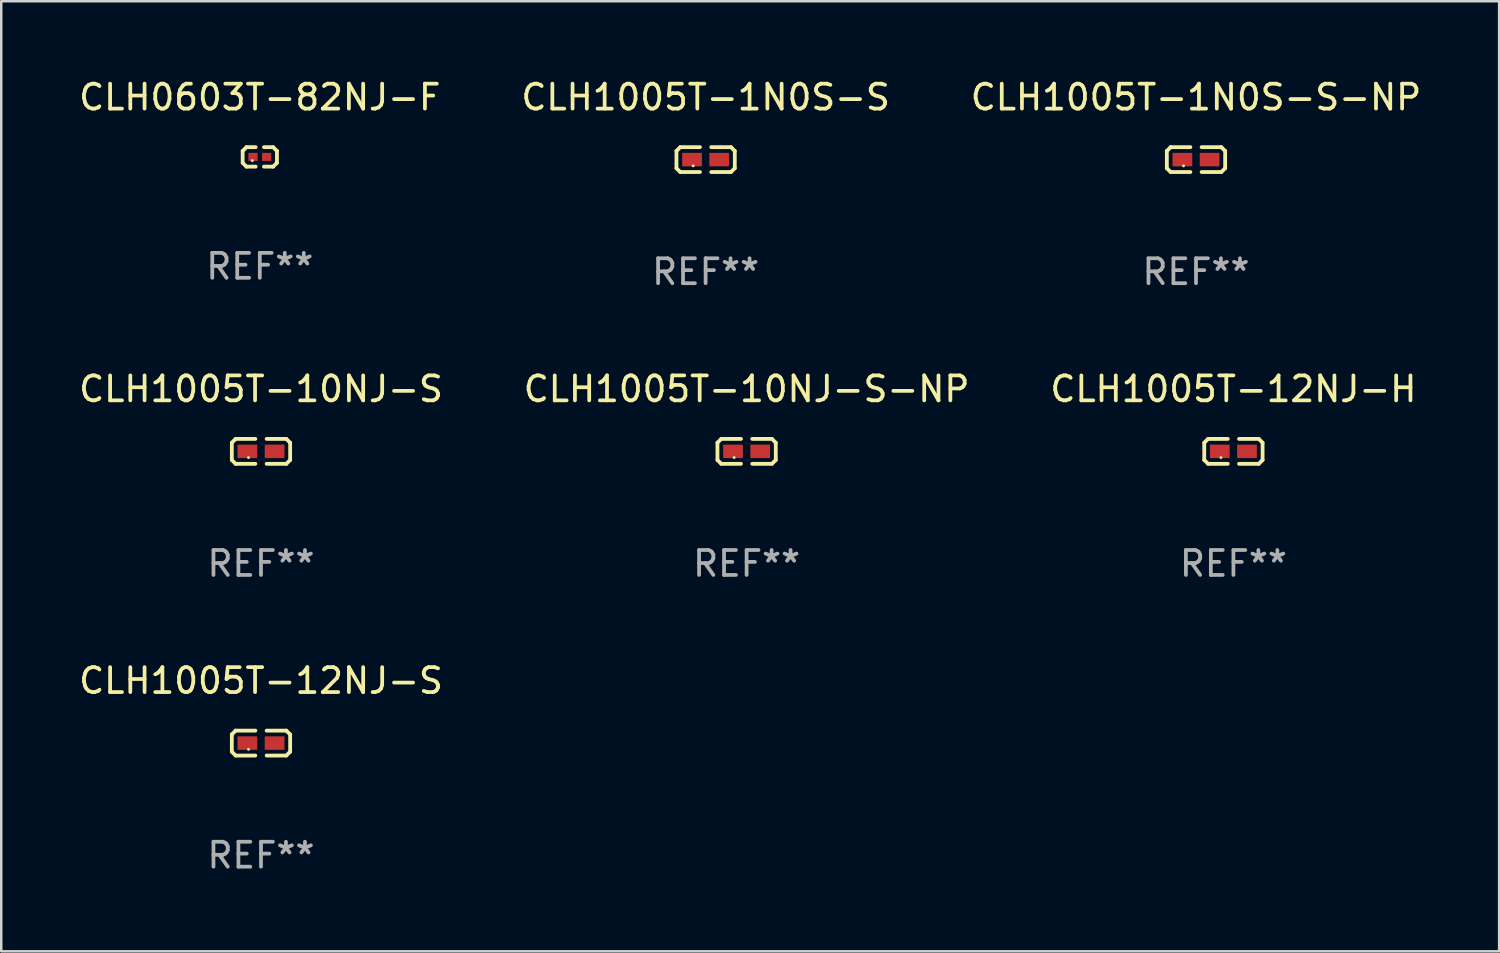
<source format=kicad_pcb>
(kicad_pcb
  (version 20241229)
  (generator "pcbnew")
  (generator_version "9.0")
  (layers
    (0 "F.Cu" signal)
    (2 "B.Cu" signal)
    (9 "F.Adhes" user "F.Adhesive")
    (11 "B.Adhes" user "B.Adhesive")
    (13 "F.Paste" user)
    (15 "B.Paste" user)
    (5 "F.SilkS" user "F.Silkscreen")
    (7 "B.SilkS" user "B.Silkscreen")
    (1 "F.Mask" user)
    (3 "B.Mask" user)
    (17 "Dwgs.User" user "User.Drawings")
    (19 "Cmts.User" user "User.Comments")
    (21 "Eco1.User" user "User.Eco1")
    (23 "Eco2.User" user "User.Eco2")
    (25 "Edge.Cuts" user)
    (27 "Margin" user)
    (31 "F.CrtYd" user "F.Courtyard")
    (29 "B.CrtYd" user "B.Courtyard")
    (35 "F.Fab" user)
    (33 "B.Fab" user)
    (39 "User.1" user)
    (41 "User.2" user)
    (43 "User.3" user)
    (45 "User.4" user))
  (footprint "CLH1005T-1N0S-S"
    (layer "F.Cu")
    (at 25.232 3.347)
    (property "Reference" "CLH1005T-1N0S-S" (at 0 -2.499 0) (layer "F.SilkS") (effects (font (size 1 1) (thickness 0.15))))
    (attr through_hole)
    (fp_line (start -1.169 -0.346) (end -1.016 -0.499) (stroke (width 0.152) (type solid)) (layer "F.SilkS"))
    (fp_line (start -1.169 0.346) (end -1.169 -0.346) (stroke (width 0.152) (type solid)) (layer "F.SilkS"))
    (fp_line (start -1.016 -0.499) (end -0.226 -0.499) (stroke (width 0.152) (type solid)) (layer "F.SilkS"))
    (fp_line (start -1.016 0.499) (end -1.169 0.346) (stroke (width 0.152) (type solid)) (layer "F.SilkS"))
    (fp_line (start -0.226 0.499) (end -1.016 0.499) (stroke (width 0.152) (type solid)) (layer "F.SilkS"))
    (fp_line (start 0.226 0.499) (end 1.016 0.499) (stroke (width 0.152) (type solid)) (layer "F.SilkS"))
    (fp_line (start 1.016 -0.499) (end 0.226 -0.499) (stroke (width 0.152) (type solid)) (layer "F.SilkS"))
    (fp_line (start 1.016 0.499) (end 1.169 0.346) (stroke (width 0.152) (type solid)) (layer "F.SilkS"))
    (fp_line (start 1.169 -0.346) (end 1.016 -0.499) (stroke (width 0.152) (type solid)) (layer "F.SilkS"))
    (fp_line (start 1.169 0.346) (end 1.169 -0.346) (stroke (width 0.152) (type solid)) (layer "F.SilkS"))
    (fp_circle (center -0.5 0.25) (end -0.47 0.25) (stroke (width 0.06) (type solid)) (fill no) (layer "F.SilkS"))
    (fp_text user "REF**" (at 0 4.499 0) (layer "F.Fab") (effects (font (size 1 1) (thickness 0.15))))
    (pad "1" smd rect (at -0.545 0) (size 0.79 0.54) (layers "F.Cu" "F.Mask" "F.Paste"))
    (pad "2" smd rect (at 0.545 0) (size 0.79 0.54) (layers "F.Cu" "F.Mask" "F.Paste")))
  (footprint "CLH0603T-82NJ-F"
    (layer "F.Cu")
    (at 7.363 3.239)
    (property "Reference" "CLH0603T-82NJ-F" (at 0 -2.391 0) (layer "F.SilkS") (effects (font (size 1 1) (thickness 0.15))))
    (attr through_hole)
    (fp_line (start -0.687 -0.238) (end -0.535 -0.391) (stroke (width 0.152) (type solid)) (layer "F.SilkS"))
    (fp_line (start -0.687 0.238) (end -0.687 -0.238) (stroke (width 0.152) (type solid)) (layer "F.SilkS"))
    (fp_line (start -0.535 -0.391) (end -0.166 -0.391) (stroke (width 0.152) (type solid)) (layer "F.SilkS"))
    (fp_line (start -0.535 0.391) (end -0.687 0.238) (stroke (width 0.152) (type solid)) (layer "F.SilkS"))
    (fp_line (start -0.166 0.391) (end -0.535 0.391) (stroke (width 0.152) (type solid)) (layer "F.SilkS"))
    (fp_line (start 0.166 0.391) (end 0.535 0.391) (stroke (width 0.152) (type solid)) (layer "F.SilkS"))
    (fp_line (start 0.535 -0.391) (end 0.166 -0.391) (stroke (width 0.152) (type solid)) (layer "F.SilkS"))
    (fp_line (start 0.535 0.391) (end 0.687 0.238) (stroke (width 0.152) (type solid)) (layer "F.SilkS"))
    (fp_line (start 0.687 -0.238) (end 0.535 -0.391) (stroke (width 0.152) (type solid)) (layer "F.SilkS"))
    (fp_line (start 0.687 0.238) (end 0.687 -0.238) (stroke (width 0.152) (type solid)) (layer "F.SilkS"))
    (fp_circle (center -0.3 0.15) (end -0.27 0.15) (stroke (width 0.06) (type solid)) (fill no) (layer "F.SilkS"))
    (fp_text user "REF**" (at 0 4.391 0) (layer "F.Fab") (effects (font (size 1 1) (thickness 0.15))))
    (pad "1" smd rect (at -0.274 0) (size 0.368 0.324) (layers "F.Cu" "F.Mask" "F.Paste"))
    (pad "2" smd rect (at 0.274 0) (size 0.368 0.324) (layers "F.Cu" "F.Mask" "F.Paste")))
  (footprint "CLH1005T-10NJ-S"
    (layer "F.Cu")
    (at 7.411 15.041)
    (property "Reference" "CLH1005T-10NJ-S" (at 0 -2.499 0) (layer "F.SilkS") (effects (font (size 1 1) (thickness 0.15))))
    (attr through_hole)
    (fp_line (start -1.169 -0.346) (end -1.016 -0.499) (stroke (width 0.152) (type solid)) (layer "F.SilkS"))
    (fp_line (start -1.169 0.346) (end -1.169 -0.346) (stroke (width 0.152) (type solid)) (layer "F.SilkS"))
    (fp_line (start -1.016 -0.499) (end -0.226 -0.499) (stroke (width 0.152) (type solid)) (layer "F.SilkS"))
    (fp_line (start -1.016 0.499) (end -1.169 0.346) (stroke (width 0.152) (type solid)) (layer "F.SilkS"))
    (fp_line (start -0.226 0.499) (end -1.016 0.499) (stroke (width 0.152) (type solid)) (layer "F.SilkS"))
    (fp_line (start 0.226 0.499) (end 1.016 0.499) (stroke (width 0.152) (type solid)) (layer "F.SilkS"))
    (fp_line (start 1.016 -0.499) (end 0.226 -0.499) (stroke (width 0.152) (type solid)) (layer "F.SilkS"))
    (fp_line (start 1.016 0.499) (end 1.169 0.346) (stroke (width 0.152) (type solid)) (layer "F.SilkS"))
    (fp_line (start 1.169 -0.346) (end 1.016 -0.499) (stroke (width 0.152) (type solid)) (layer "F.SilkS"))
    (fp_line (start 1.169 0.346) (end 1.169 -0.346) (stroke (width 0.152) (type solid)) (layer "F.SilkS"))
    (fp_circle (center -0.5 0.25) (end -0.47 0.25) (stroke (width 0.06) (type solid)) (fill no) (layer "F.SilkS"))
    (fp_text user "REF**" (at 0 4.499 0) (layer "F.Fab") (effects (font (size 1 1) (thickness 0.15))))
    (pad "1" smd rect (at -0.545 0) (size 0.79 0.54) (layers "F.Cu" "F.Mask" "F.Paste"))
    (pad "2" smd rect (at 0.545 0) (size 0.79 0.54) (layers "F.Cu" "F.Mask" "F.Paste")))
  (footprint "CLH1005T-12NJ-H"
    (layer "F.Cu")
    (at 46.387 15.041)
    (property "Reference" "CLH1005T-12NJ-H" (at 0 -2.499 0) (layer "F.SilkS") (effects (font (size 1 1) (thickness 0.15))))
    (attr through_hole)
    (fp_line (start -1.169 -0.346) (end -1.016 -0.499) (stroke (width 0.152) (type solid)) (layer "F.SilkS"))
    (fp_line (start -1.169 0.346) (end -1.169 -0.346) (stroke (width 0.152) (type solid)) (layer "F.SilkS"))
    (fp_line (start -1.016 -0.499) (end -0.226 -0.499) (stroke (width 0.152) (type solid)) (layer "F.SilkS"))
    (fp_line (start -1.016 0.499) (end -1.169 0.346) (stroke (width 0.152) (type solid)) (layer "F.SilkS"))
    (fp_line (start -0.226 0.499) (end -1.016 0.499) (stroke (width 0.152) (type solid)) (layer "F.SilkS"))
    (fp_line (start 0.226 0.499) (end 1.016 0.499) (stroke (width 0.152) (type solid)) (layer "F.SilkS"))
    (fp_line (start 1.016 -0.499) (end 0.226 -0.499) (stroke (width 0.152) (type solid)) (layer "F.SilkS"))
    (fp_line (start 1.016 0.499) (end 1.169 0.346) (stroke (width 0.152) (type solid)) (layer "F.SilkS"))
    (fp_line (start 1.169 -0.346) (end 1.016 -0.499) (stroke (width 0.152) (type solid)) (layer "F.SilkS"))
    (fp_line (start 1.169 0.346) (end 1.169 -0.346) (stroke (width 0.152) (type solid)) (layer "F.SilkS"))
    (fp_circle (center -0.5 0.25) (end -0.47 0.25) (stroke (width 0.06) (type solid)) (fill no) (layer "F.SilkS"))
    (fp_text user "REF**" (at 0 4.499 0) (layer "F.Fab") (effects (font (size 1 1) (thickness 0.15))))
    (pad "1" smd rect (at -0.545 0) (size 0.79 0.54) (layers "F.Cu" "F.Mask" "F.Paste"))
    (pad "2" smd rect (at 0.545 0) (size 0.79 0.54) (layers "F.Cu" "F.Mask" "F.Paste")))
  (footprint "CLH1005T-12NJ-S"
    (layer "F.Cu")
    (at 7.411 26.734)
    (property "Reference" "CLH1005T-12NJ-S" (at 0 -2.499 0) (layer "F.SilkS") (effects (font (size 1 1) (thickness 0.15))))
    (attr through_hole)
    (fp_line (start -1.169 -0.346) (end -1.016 -0.499) (stroke (width 0.152) (type solid)) (layer "F.SilkS"))
    (fp_line (start -1.169 0.346) (end -1.169 -0.346) (stroke (width 0.152) (type solid)) (layer "F.SilkS"))
    (fp_line (start -1.016 -0.499) (end -0.226 -0.499) (stroke (width 0.152) (type solid)) (layer "F.SilkS"))
    (fp_line (start -1.016 0.499) (end -1.169 0.346) (stroke (width 0.152) (type solid)) (layer "F.SilkS"))
    (fp_line (start -0.226 0.499) (end -1.016 0.499) (stroke (width 0.152) (type solid)) (layer "F.SilkS"))
    (fp_line (start 0.226 0.499) (end 1.016 0.499) (stroke (width 0.152) (type solid)) (layer "F.SilkS"))
    (fp_line (start 1.016 -0.499) (end 0.226 -0.499) (stroke (width 0.152) (type solid)) (layer "F.SilkS"))
    (fp_line (start 1.016 0.499) (end 1.169 0.346) (stroke (width 0.152) (type solid)) (layer "F.SilkS"))
    (fp_line (start 1.169 -0.346) (end 1.016 -0.499) (stroke (width 0.152) (type solid)) (layer "F.SilkS"))
    (fp_line (start 1.169 0.346) (end 1.169 -0.346) (stroke (width 0.152) (type solid)) (layer "F.SilkS"))
    (fp_circle (center -0.5 0.25) (end -0.47 0.25) (stroke (width 0.06) (type solid)) (fill no) (layer "F.SilkS"))
    (fp_text user "REF**" (at 0 4.499 0) (layer "F.Fab") (effects (font (size 1 1) (thickness 0.15))))
    (pad "1" smd rect (at -0.545 0) (size 0.79 0.54) (layers "F.Cu" "F.Mask" "F.Paste"))
    (pad "2" smd rect (at 0.545 0) (size 0.79 0.54) (layers "F.Cu" "F.Mask" "F.Paste")))
  (footprint "CLH1005T-10NJ-S-NP"
    (layer "F.Cu")
    (at 26.875 15.041)
    (property "Reference" "CLH1005T-10NJ-S-NP" (at 0 -2.499 0) (layer "F.SilkS") (effects (font (size 1 1) (thickness 0.15))))
    (attr through_hole)
    (fp_line (start -1.169 -0.346) (end -1.016 -0.499) (stroke (width 0.152) (type solid)) (layer "F.SilkS"))
    (fp_line (start -1.169 0.346) (end -1.169 -0.346) (stroke (width 0.152) (type solid)) (layer "F.SilkS"))
    (fp_line (start -1.016 -0.499) (end -0.226 -0.499) (stroke (width 0.152) (type solid)) (layer "F.SilkS"))
    (fp_line (start -1.016 0.499) (end -1.169 0.346) (stroke (width 0.152) (type solid)) (layer "F.SilkS"))
    (fp_line (start -0.226 0.499) (end -1.016 0.499) (stroke (width 0.152) (type solid)) (layer "F.SilkS"))
    (fp_line (start 0.226 0.499) (end 1.016 0.499) (stroke (width 0.152) (type solid)) (layer "F.SilkS"))
    (fp_line (start 1.016 -0.499) (end 0.226 -0.499) (stroke (width 0.152) (type solid)) (layer "F.SilkS"))
    (fp_line (start 1.016 0.499) (end 1.169 0.346) (stroke (width 0.152) (type solid)) (layer "F.SilkS"))
    (fp_line (start 1.169 -0.346) (end 1.016 -0.499) (stroke (width 0.152) (type solid)) (layer "F.SilkS"))
    (fp_line (start 1.169 0.346) (end 1.169 -0.346) (stroke (width 0.152) (type solid)) (layer "F.SilkS"))
    (fp_circle (center -0.5 0.25) (end -0.47 0.25) (stroke (width 0.06) (type solid)) (fill no) (layer "F.SilkS"))
    (fp_text user "REF**" (at 0 4.499 0) (layer "F.Fab") (effects (font (size 1 1) (thickness 0.15))))
    (pad "1" smd rect (at -0.545 0) (size 0.79 0.54) (layers "F.Cu" "F.Mask" "F.Paste"))
    (pad "2" smd rect (at 0.545 0) (size 0.79 0.54) (layers "F.Cu" "F.Mask" "F.Paste")))
  (footprint "CLH1005T-1N0S-S-NP"
    (layer "F.Cu")
    (at 44.887 3.347)
    (property "Reference" "CLH1005T-1N0S-S-NP" (at 0 -2.499 0) (layer "F.SilkS") (effects (font (size 1 1) (thickness 0.15))))
    (attr through_hole)
    (fp_line (start -1.169 -0.346) (end -1.016 -0.499) (stroke (width 0.152) (type solid)) (layer "F.SilkS"))
    (fp_line (start -1.169 0.346) (end -1.169 -0.346) (stroke (width 0.152) (type solid)) (layer "F.SilkS"))
    (fp_line (start -1.016 -0.499) (end -0.226 -0.499) (stroke (width 0.152) (type solid)) (layer "F.SilkS"))
    (fp_line (start -1.016 0.499) (end -1.169 0.346) (stroke (width 0.152) (type solid)) (layer "F.SilkS"))
    (fp_line (start -0.226 0.499) (end -1.016 0.499) (stroke (width 0.152) (type solid)) (layer "F.SilkS"))
    (fp_line (start 0.226 0.499) (end 1.016 0.499) (stroke (width 0.152) (type solid)) (layer "F.SilkS"))
    (fp_line (start 1.016 -0.499) (end 0.226 -0.499) (stroke (width 0.152) (type solid)) (layer "F.SilkS"))
    (fp_line (start 1.016 0.499) (end 1.169 0.346) (stroke (width 0.152) (type solid)) (layer "F.SilkS"))
    (fp_line (start 1.169 -0.346) (end 1.016 -0.499) (stroke (width 0.152) (type solid)) (layer "F.SilkS"))
    (fp_line (start 1.169 0.346) (end 1.169 -0.346) (stroke (width 0.152) (type solid)) (layer "F.SilkS"))
    (fp_circle (center -0.5 0.25) (end -0.47 0.25) (stroke (width 0.06) (type solid)) (fill no) (layer "F.SilkS"))
    (fp_text user "REF**" (at 0 4.499 0) (layer "F.Fab") (effects (font (size 1 1) (thickness 0.15))))
    (pad "1" smd rect (at -0.545 0) (size 0.79 0.54) (layers "F.Cu" "F.Mask" "F.Paste"))
    (pad "2" smd rect (at 0.545 0) (size 0.79 0.54) (layers "F.Cu" "F.Mask" "F.Paste")))
  (gr_rect
    (start -3 -3)
    (end 57.036 35.081)
    (stroke (width 0.1) (type default))
    (fill no)
    (layer "Edge.Cuts")))
</source>
